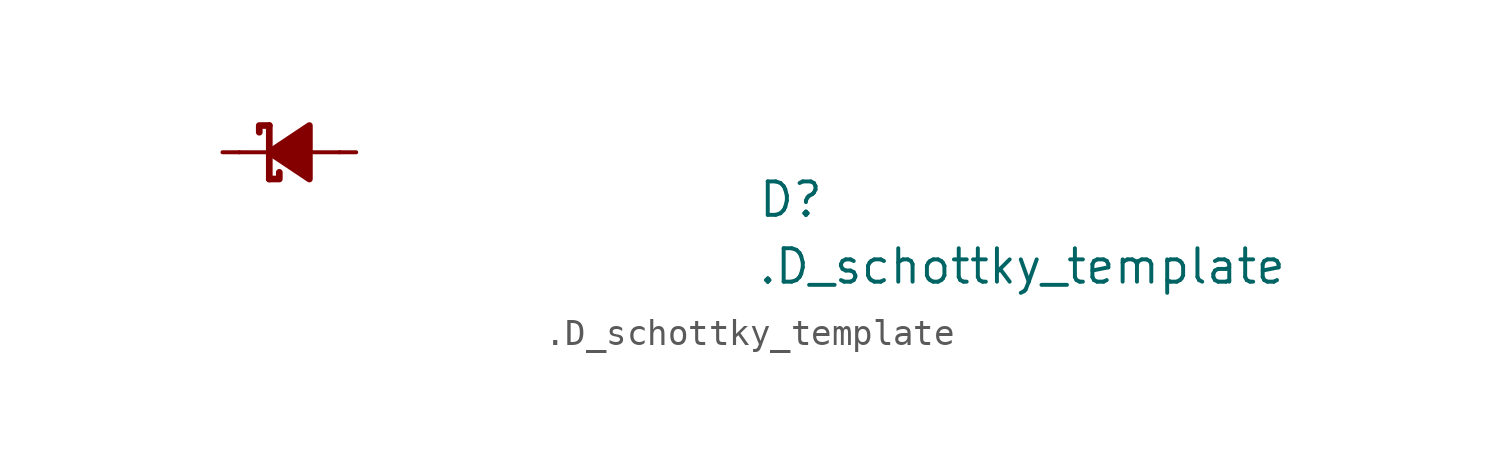
<source format=kicad_sym>
(kicad_symbol_lib
  (version 20220914)
  (generator kicad_symbol_editor)
  (symbol ".D_schottky_template"
    (pin_numbers hide)
    (pin_names hide)
    (property "Reference" "D"
      (at 20.32 -2.54 0)
      (effects (font (size 1.27 1.27) (thickness 0.15)) (justify left bottom)))
    (property "Value" ".D_schottky_template"
      (at 20.32 -5.08 0)
      (effects (font (size 1.27 1.27) (thickness 0.15)) (justify left bottom)))
    (symbol ".D_schottky_template_0_1"
      (polyline (pts (xy 1.905 0) (xy 0.635 0)) (stroke (width 0) (type default)) (fill (type none)))
      (polyline (pts (xy 4.445 0) (xy 3.175 0)) (stroke (width 0) (type default)) (fill (type none))))
    (symbol ".D_schottky_template_1_1"
      (polyline (pts (xy 1.778 1.016) (xy 1.778 -1.016)) (stroke (width 0.254) (type default)) (fill (type none)))
      (polyline (pts (xy 1.778 -1.016) (xy 2.159 -1.016) (xy 2.159 -0.762)) (stroke (width 0.254) (type default)) (fill (type none)))
      (polyline (pts (xy 1.778 1.016) (xy 1.397 1.016) (xy 1.397 0.762)) (stroke (width 0.254) (type default)) (fill (type none)))
      (polyline (pts (xy 3.302 1.016) (xy 3.302 -1.016) (xy 1.778 0) (xy 3.302 1.016)) (stroke (width 0.254) (type default)) (fill (type outline)))
      (pin passive line (at 0 0 0) (length 0.635) (name "C" (effects (font (size 1.27 1.27)))) (number "1" (effects (font (size 1.27 1.27)))))
      (pin passive line (at 5.08 0 180) (length 0.635) (name "A" (effects (font (size 1.27 1.27)))) (number "2" (effects (font (size 1.27 1.27))))))))
</source>
